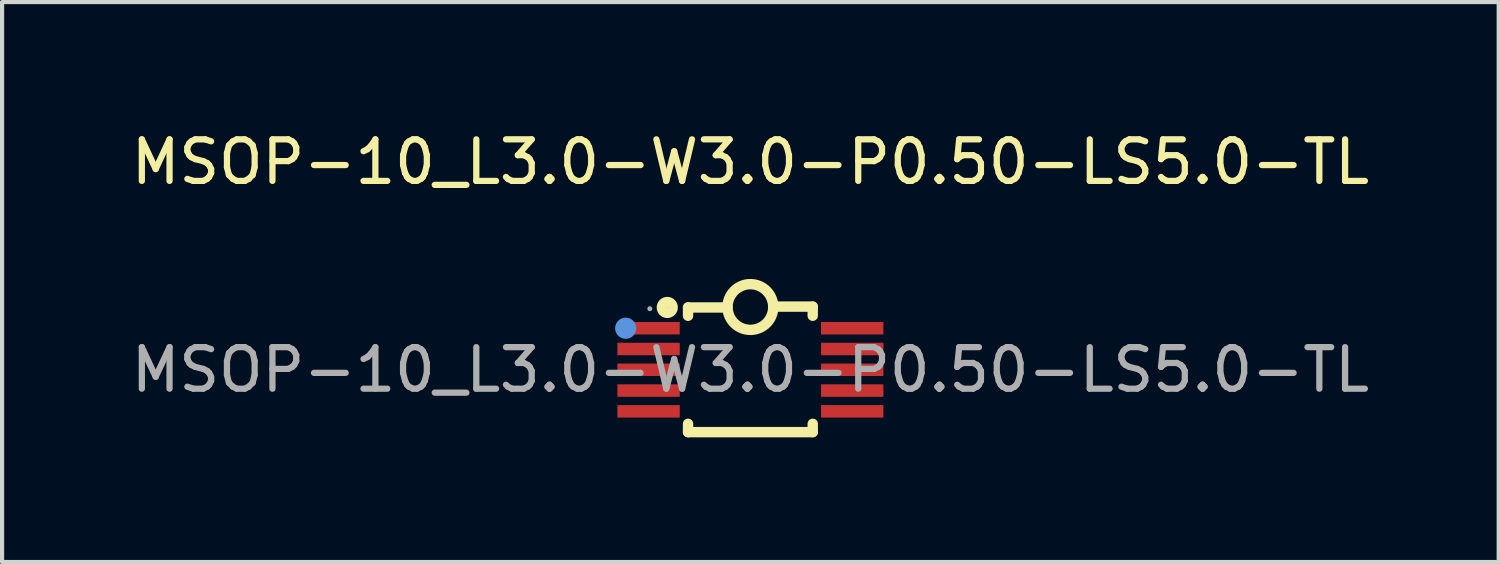
<source format=kicad_pcb>
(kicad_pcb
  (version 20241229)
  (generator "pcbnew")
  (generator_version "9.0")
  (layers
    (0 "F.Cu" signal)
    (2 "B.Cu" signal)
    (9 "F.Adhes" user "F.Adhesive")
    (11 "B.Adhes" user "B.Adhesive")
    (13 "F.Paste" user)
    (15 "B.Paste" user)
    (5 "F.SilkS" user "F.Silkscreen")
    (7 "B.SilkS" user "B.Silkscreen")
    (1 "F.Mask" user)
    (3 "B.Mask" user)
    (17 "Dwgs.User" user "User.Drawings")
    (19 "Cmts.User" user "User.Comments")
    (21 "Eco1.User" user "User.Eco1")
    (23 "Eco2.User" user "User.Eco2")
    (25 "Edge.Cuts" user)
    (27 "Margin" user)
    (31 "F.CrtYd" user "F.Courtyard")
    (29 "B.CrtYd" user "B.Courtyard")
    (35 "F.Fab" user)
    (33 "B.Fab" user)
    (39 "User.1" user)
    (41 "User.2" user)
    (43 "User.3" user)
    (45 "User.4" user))
  (footprint "MSOP-10_L3.0-W3.0-P0.50-LS5.0-TL"
    (layer "F.Cu")
    (at 15.006 5.848)
    (property "Reference" "MSOP-10_L3.0-W3.0-P0.50-LS5.0-TL" (at 0 -5 0) (layer "F.SilkS") (effects (font (size 1 1) (thickness 0.15))))
    (attr smd)
    (fp_line (start -1.5 -1.3) (end -1.5 -1.5) (stroke (width 0.25) (type solid)) (layer "F.SilkS"))
    (fp_line (start -1.5 1.5) (end -1.5 1.3) (stroke (width 0.25) (type solid)) (layer "F.SilkS"))
    (fp_line (start -0.55 -1.5) (end -1.5 -1.5) (stroke (width 0.25) (type solid)) (layer "F.SilkS"))
    (fp_line (start 1.5 -1.52) (end 0.55 -1.52) (stroke (width 0.25) (type solid)) (layer "F.SilkS"))
    (fp_line (start 1.5 -1.3) (end 1.5 -1.52) (stroke (width 0.25) (type solid)) (layer "F.SilkS"))
    (fp_line (start 1.5 1.5) (end -1.5 1.5) (stroke (width 0.25) (type solid)) (layer "F.SilkS"))
    (fp_line (start 1.5 1.5) (end 1.5 1.3) (stroke (width 0.25) (type solid)) (layer "F.SilkS"))
    (fp_arc (start -0.550091 -1.5096) (mid 0.550067 -1.5152) (end -0.55 -1.5) (stroke (width 0.25) (type solid)) (layer "F.SilkS"))
    (fp_circle (center -2 -1.5) (end -1.87 -1.5) (stroke (width 0.25) (type solid)) (fill no) (layer "F.SilkS"))
    (fp_circle (center -3 -1) (end -2.87 -1) (stroke (width 0.25) (type solid)) (fill no) (layer "Cmts.User"))
    (fp_circle (center -2.42 -1.47) (end -2.39 -1.47) (stroke (width 0.06) (type solid)) (fill no) (layer "F.Fab"))
    (fp_text user "${REFERENCE}" (at 0 0 0) (layer "F.Fab") (effects (font (size 1 1) (thickness 0.15))))
    (pad "1" smd rect (at -2.45 -1) (size 1.5 0.3) (layers "F.Cu" "F.Mask" "F.Paste"))
    (pad "2" smd rect (at -2.45 -0.5) (size 1.5 0.3) (layers "F.Cu" "F.Mask" "F.Paste"))
    (pad "3" smd rect (at -2.45 0) (size 1.5 0.3) (layers "F.Cu" "F.Mask" "F.Paste"))
    (pad "4" smd rect (at -2.45 0.5) (size 1.5 0.3) (layers "F.Cu" "F.Mask" "F.Paste"))
    (pad "5" smd rect (at -2.45 1) (size 1.5 0.3) (layers "F.Cu" "F.Mask" "F.Paste"))
    (pad "6" smd rect (at 2.45 1) (size 1.5 0.3) (layers "F.Cu" "F.Mask" "F.Paste"))
    (pad "7" smd rect (at 2.45 0.5) (size 1.5 0.3) (layers "F.Cu" "F.Mask" "F.Paste"))
    (pad "8" smd rect (at 2.45 0) (size 1.5 0.3) (layers "F.Cu" "F.Mask" "F.Paste"))
    (pad "9" smd rect (at 2.45 -0.5) (size 1.5 0.3) (layers "F.Cu" "F.Mask" "F.Paste"))
    (pad "10" smd rect (at 2.45 -1) (size 1.5 0.3) (layers "F.Cu" "F.Mask" "F.Paste")))
  (gr_rect
    (start -3 -3)
    (end 33.012 10.473)
    (stroke (width 0.1) (type default))
    (fill no)
    (layer "Edge.Cuts")))
</source>
